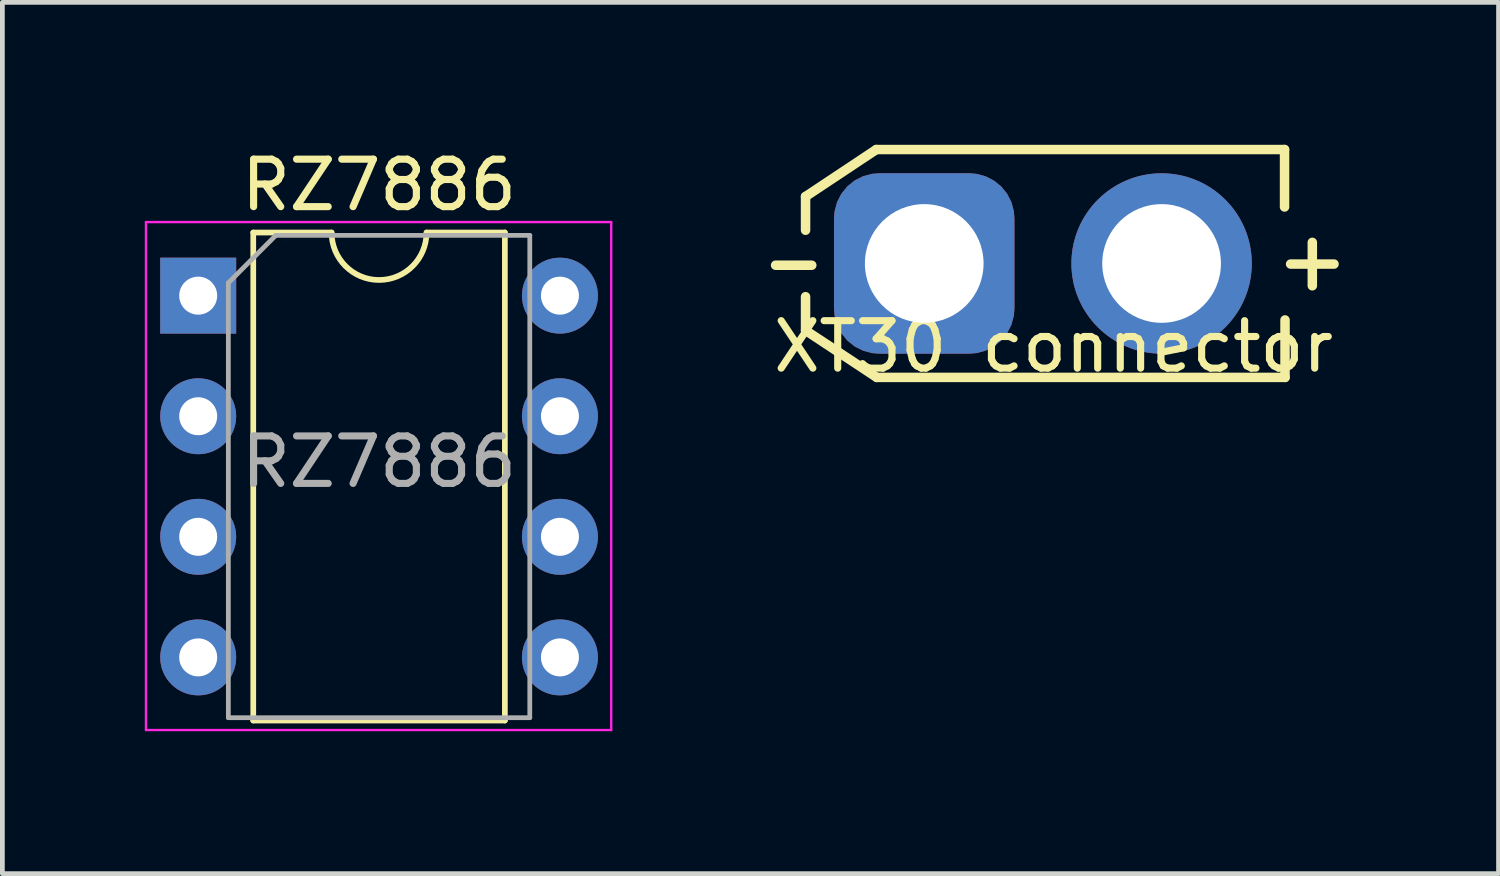
<source format=kicad_pcb>
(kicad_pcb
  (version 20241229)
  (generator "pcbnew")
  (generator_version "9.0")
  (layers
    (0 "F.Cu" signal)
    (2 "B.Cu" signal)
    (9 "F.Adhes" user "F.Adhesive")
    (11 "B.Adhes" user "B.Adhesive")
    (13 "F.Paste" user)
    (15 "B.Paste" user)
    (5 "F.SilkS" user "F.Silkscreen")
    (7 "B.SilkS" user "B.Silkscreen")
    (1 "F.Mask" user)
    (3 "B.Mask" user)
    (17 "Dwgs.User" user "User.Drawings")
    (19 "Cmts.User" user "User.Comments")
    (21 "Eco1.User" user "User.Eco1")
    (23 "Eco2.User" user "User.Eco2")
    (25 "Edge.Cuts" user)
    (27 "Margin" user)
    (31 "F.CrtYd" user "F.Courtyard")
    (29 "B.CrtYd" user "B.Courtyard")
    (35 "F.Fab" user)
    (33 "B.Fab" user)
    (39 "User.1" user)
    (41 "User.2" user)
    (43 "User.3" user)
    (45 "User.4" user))
  (footprint "RZ7886"
    (layer "F.Cu")
    (at 1.125 3.178)
    (property "Reference" "RZ7886" (at 3.81 -2.33 0) (layer "F.SilkS") (effects (font (size 1 1) (thickness 0.15))))
    (attr through_hole)
    (fp_line (start 1.16 -1.33) (end 1.16 8.95) (stroke (width 0.12) (type solid)) (layer "F.SilkS"))
    (fp_line (start 1.16 8.95) (end 6.46 8.95) (stroke (width 0.12) (type solid)) (layer "F.SilkS"))
    (fp_line (start 2.81 -1.33) (end 1.16 -1.33) (stroke (width 0.12) (type solid)) (layer "F.SilkS"))
    (fp_line (start 6.46 -1.33) (end 4.81 -1.33) (stroke (width 0.12) (type solid)) (layer "F.SilkS"))
    (fp_line (start 6.46 8.95) (end 6.46 -1.33) (stroke (width 0.12) (type solid)) (layer "F.SilkS"))
    (fp_arc (start 4.81 -1.33) (mid 3.81 -0.33) (end 2.81 -1.33) (stroke (width 0.12) (type solid)) (layer "F.SilkS"))
    (fp_line (start -1.1 -1.55) (end -1.1 9.15) (stroke (width 0.05) (type solid)) (layer "F.CrtYd"))
    (fp_line (start -1.1 9.15) (end 8.7 9.15) (stroke (width 0.05) (type solid)) (layer "F.CrtYd"))
    (fp_line (start 8.7 -1.55) (end -1.1 -1.55) (stroke (width 0.05) (type solid)) (layer "F.CrtYd"))
    (fp_line (start 8.7 9.15) (end 8.7 -1.55) (stroke (width 0.05) (type solid)) (layer "F.CrtYd"))
    (fp_line (start 0.635 -0.27) (end 1.635 -1.27) (stroke (width 0.1) (type solid)) (layer "F.Fab"))
    (fp_line (start 0.635 8.89) (end 0.635 -0.27) (stroke (width 0.1) (type solid)) (layer "F.Fab"))
    (fp_line (start 1.635 -1.27) (end 6.985 -1.27) (stroke (width 0.1) (type solid)) (layer "F.Fab"))
    (fp_line (start 6.985 -1.27) (end 6.985 8.89) (stroke (width 0.1) (type solid)) (layer "F.Fab"))
    (fp_line (start 6.985 8.89) (end 0.635 8.89) (stroke (width 0.1) (type solid)) (layer "F.Fab"))
    (fp_text user "RZ7886" (at 3.81 3.5 0) (layer "F.Fab") (effects (font (size 1 1) (thickness 0.15))))
    (pad "1" thru_hole rect (at 0 0) (size 1.6 1.6) (drill 0.8) (layers "*.Cu" "*.Mask"))
    (pad "2" thru_hole oval (at 0 2.54) (size 1.6 1.6) (drill 0.8) (layers "*.Cu" "*.Mask"))
    (pad "3" thru_hole oval (at 0 5.08) (size 1.6 1.6) (drill 0.8) (layers "*.Cu" "*.Mask"))
    (pad "4" thru_hole oval (at 0 7.62) (size 1.6 1.6) (drill 0.8) (layers "*.Cu" "*.Mask"))
    (pad "5" thru_hole oval (at 7.62 7.62) (size 1.6 1.6) (drill 0.8) (layers "*.Cu" "*.Mask"))
    (pad "6" thru_hole oval (at 7.62 5.08) (size 1.6 1.6) (drill 0.8) (layers "*.Cu" "*.Mask"))
    (pad "7" thru_hole oval (at 7.62 2.54) (size 1.6 1.6) (drill 0.8) (layers "*.Cu" "*.Mask"))
    (pad "8" thru_hole oval (at 7.62 0) (size 1.6 1.6) (drill 0.8) (layers "*.Cu" "*.Mask")))
  (footprint "XT30 connector"
    (layer "F.Cu")
    (at 16.419 2.5)
    (property "Reference" "XT30 connector" (at 2.725 1.75 0) (layer "F.SilkS") (effects (font (size 1 1) (thickness 0.15))))
    (attr through_hole)
    (fp_line (start -2.5 -1.41) (end -2.5 -0.7) (stroke (width 0.2) (type solid)) (layer "F.SilkS"))
    (fp_line (start -2.5 -1.41) (end -1.01 -2.4) (stroke (width 0.2) (type solid)) (layer "F.SilkS"))
    (fp_line (start -2.5 0.7) (end -2.5 1.41) (stroke (width 0.2) (type solid)) (layer "F.SilkS"))
    (fp_line (start -2.5 1.41) (end -1 2.4) (stroke (width 0.2) (type solid)) (layer "F.SilkS"))
    (fp_line (start -1.01 -2.4) (end 7.59 -2.4) (stroke (width 0.2) (type solid)) (layer "F.SilkS"))
    (fp_line (start -1 2.4) (end 7.6 2.4) (stroke (width 0.2) (type solid)) (layer "F.SilkS"))
    (fp_line (start 7.59 -2.4) (end 7.59 -1.19) (stroke (width 0.2) (type solid)) (layer "F.SilkS"))
    (fp_line (start 7.6 1.19) (end 7.6 2.4) (stroke (width 0.2) (type solid)) (layer "F.SilkS"))
    (fp_text user "-" (at -2.75 -0.075 0) (layer "F.SilkS") (effects (font (size 1.5 1) (thickness 0.2))))
    (fp_text user "+" (at 8.175 -0.075 0) (layer "F.SilkS") (effects (font (size 1.2 1.2) (thickness 0.2))))
    (pad "1" thru_hole roundrect (at 0 0) (size 3.8 3.8) (drill 2.5) (layers "*.Cu" "*.Mask") (roundrect_rratio 0.25))
    (pad "2" thru_hole circle (at 5 0) (size 3.8 3.8) (drill 2.5) (layers "*.Cu" "*.Mask")))
  (gr_rect
    (start -3 -3)
    (end 28.517 15.353)
    (stroke (width 0.1) (type default))
    (fill no)
    (layer "Edge.Cuts")))
</source>
